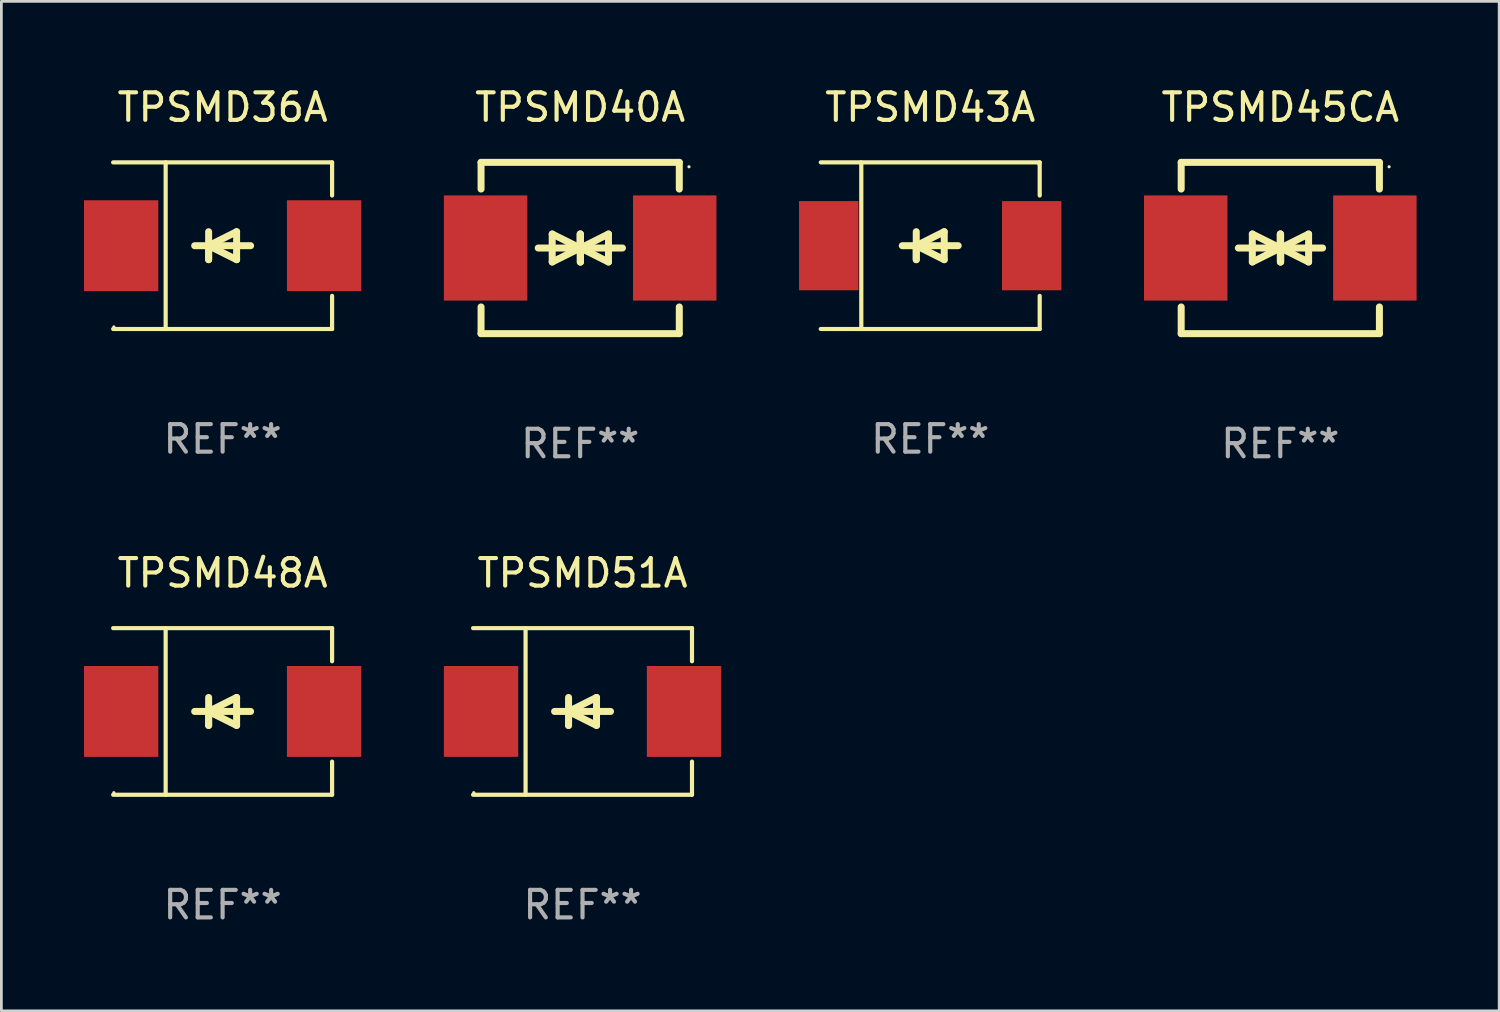
<source format=kicad_pcb>
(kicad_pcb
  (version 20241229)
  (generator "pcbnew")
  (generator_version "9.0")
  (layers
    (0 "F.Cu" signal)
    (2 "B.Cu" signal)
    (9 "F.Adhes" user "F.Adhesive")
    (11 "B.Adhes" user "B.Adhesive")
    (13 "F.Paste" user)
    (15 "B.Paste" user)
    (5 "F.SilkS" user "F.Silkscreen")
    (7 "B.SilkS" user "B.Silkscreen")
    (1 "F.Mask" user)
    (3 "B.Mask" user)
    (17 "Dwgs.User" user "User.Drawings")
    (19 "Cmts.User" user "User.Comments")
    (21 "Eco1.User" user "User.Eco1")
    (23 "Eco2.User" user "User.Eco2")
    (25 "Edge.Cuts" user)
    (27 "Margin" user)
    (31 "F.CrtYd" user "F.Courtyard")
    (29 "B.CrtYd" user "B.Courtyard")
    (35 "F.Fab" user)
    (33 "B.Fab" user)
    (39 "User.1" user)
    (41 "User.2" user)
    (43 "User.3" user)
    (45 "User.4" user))
  (footprint "TPSMD48A"
    (layer "F.Cu")
    (at 5.036 22.791)
    (property "Reference" "TPSMD48A" (at 0 -5.026 0) (layer "F.SilkS") (effects (font (size 1 1) (thickness 0.15))))
    (attr through_hole)
    (fp_line (start -3.976 -3.026) (end 3.976 -3.026) (stroke (width 0.152) (type solid)) (layer "F.SilkS"))
    (fp_line (start -3.976 3.026) (end 3.976 3.026) (stroke (width 0.152) (type solid)) (layer "F.SilkS"))
    (fp_line (start -2.069 -3.026) (end -2.069 3.026) (stroke (width 0.152) (type solid)) (layer "F.SilkS"))
    (fp_line (start -0.508 0) (end -0.508 0.508) (stroke (width 0.254) (type solid)) (layer "F.SilkS"))
    (fp_line (start -0.508 0) (end 0.508 0.508) (stroke (width 0.254) (type solid)) (layer "F.SilkS"))
    (fp_line (start -0.508 0.508) (end -0.508 -0.508) (stroke (width 0.254) (type solid)) (layer "F.SilkS"))
    (fp_line (start 0.508 -0.508) (end -0.508 0) (stroke (width 0.254) (type solid)) (layer "F.SilkS"))
    (fp_line (start 0.508 0.508) (end 0.508 -0.508) (stroke (width 0.254) (type solid)) (layer "F.SilkS"))
    (fp_line (start 1.016 0) (end -1.016 0) (stroke (width 0.254) (type solid)) (layer "F.SilkS"))
    (fp_line (start 3.976 -3.026) (end 3.976 -1.823) (stroke (width 0.152) (type solid)) (layer "F.SilkS"))
    (fp_line (start 3.976 3.026) (end 3.976 1.823) (stroke (width 0.152) (type solid)) (layer "F.SilkS"))
    (fp_circle (center -3.95 2.95) (end -3.92 2.95) (stroke (width 0.06) (type solid)) (fill no) (layer "F.SilkS"))
    (fp_text user "REF**" (at 0 7.026 0) (layer "F.Fab") (effects (font (size 1 1) (thickness 0.15))))
    (pad "1" smd rect (at -3.686 0) (size 2.7 3.3) (layers "F.Cu" "F.Mask" "F.Paste"))
    (pad "2" smd rect (at 3.686 0) (size 2.7 3.3) (layers "F.Cu" "F.Mask" "F.Paste")))
  (footprint "TPSMD43A"
    (layer "F.Cu")
    (at 30.738 5.874)
    (property "Reference" "TPSMD43A" (at 0 -5.026 0) (layer "F.SilkS") (effects (font (size 1 1) (thickness 0.15))))
    (attr through_hole)
    (fp_line (start -3.976 -3.026) (end 3.976 -3.026) (stroke (width 0.152) (type solid)) (layer "F.SilkS"))
    (fp_line (start -3.976 3.026) (end 3.976 3.026) (stroke (width 0.152) (type solid)) (layer "F.SilkS"))
    (fp_line (start -2.504 -3.026) (end -2.504 3.026) (stroke (width 0.152) (type solid)) (layer "F.SilkS"))
    (fp_line (start -0.508 0) (end -0.508 0.508) (stroke (width 0.254) (type solid)) (layer "F.SilkS"))
    (fp_line (start -0.508 0) (end 0.508 0.508) (stroke (width 0.254) (type solid)) (layer "F.SilkS"))
    (fp_line (start -0.508 0.508) (end -0.508 -0.508) (stroke (width 0.254) (type solid)) (layer "F.SilkS"))
    (fp_line (start 0.508 -0.508) (end -0.508 0) (stroke (width 0.254) (type solid)) (layer "F.SilkS"))
    (fp_line (start 0.508 0.508) (end 0.508 -0.508) (stroke (width 0.254) (type solid)) (layer "F.SilkS"))
    (fp_line (start 1.016 0) (end -1.016 0) (stroke (width 0.254) (type solid)) (layer "F.SilkS"))
    (fp_line (start 3.976 -3.026) (end 3.976 -1.823) (stroke (width 0.152) (type solid)) (layer "F.SilkS"))
    (fp_line (start 3.976 3.026) (end 3.976 1.823) (stroke (width 0.152) (type solid)) (layer "F.SilkS"))
    (fp_circle (center 3.95 -2.95) (end 3.98 -2.95) (stroke (width 0.06) (type solid)) (fill no) (layer "F.SilkS"))
    (fp_text user "REF**" (at 0 7.026 0) (layer "F.Fab") (effects (font (size 1 1) (thickness 0.15))))
    (pad "1" smd rect (at 3.686 0 180) (size 2.158 3.24) (layers "F.Cu" "F.Mask" "F.Paste"))
    (pad "2" smd rect (at -3.686 0 180) (size 2.158 3.24) (layers "F.Cu" "F.Mask" "F.Paste")))
  (footprint "TPSMD45CA"
    (layer "F.Cu")
    (at 43.453 5.958)
    (property "Reference" "TPSMD45CA" (at 0 -5.11 0) (layer "F.SilkS") (effects (font (size 1 1) (thickness 0.15))))
    (attr through_hole)
    (fp_line (start -3.6 -2.141) (end -3.6 -3.11) (stroke (width 0.254) (type solid)) (layer "F.SilkS"))
    (fp_line (start -3.6 3.11) (end -3.6 2.141) (stroke (width 0.254) (type solid)) (layer "F.SilkS"))
    (fp_line (start -1.524 0) (end 0.508 0) (stroke (width 0.254) (type solid)) (layer "F.SilkS"))
    (fp_line (start -1.016 -0.508) (end -1.016 0.508) (stroke (width 0.254) (type solid)) (layer "F.SilkS"))
    (fp_line (start -1.016 0.508) (end 0 0) (stroke (width 0.254) (type solid)) (layer "F.SilkS"))
    (fp_line (start 0 -0.508) (end 0 0.508) (stroke (width 0.254) (type solid)) (layer "F.SilkS"))
    (fp_line (start 0 0) (end -1.016 -0.508) (stroke (width 0.254) (type solid)) (layer "F.SilkS"))
    (fp_line (start 0 0) (end 0 -0.508) (stroke (width 0.254) (type solid)) (layer "F.SilkS"))
    (fp_line (start 0.012 0) (end 0.012 0.508) (stroke (width 0.254) (type solid)) (layer "F.SilkS"))
    (fp_line (start 0.012 0) (end 1.028 0.508) (stroke (width 0.254) (type solid)) (layer "F.SilkS"))
    (fp_line (start 0.012 0.508) (end 0.012 -0.508) (stroke (width 0.254) (type solid)) (layer "F.SilkS"))
    (fp_line (start 1.028 -0.508) (end 0.012 0) (stroke (width 0.254) (type solid)) (layer "F.SilkS"))
    (fp_line (start 1.028 0.508) (end 1.028 -0.508) (stroke (width 0.254) (type solid)) (layer "F.SilkS"))
    (fp_line (start 1.536 0) (end -0.496 0) (stroke (width 0.254) (type solid)) (layer "F.SilkS"))
    (fp_line (start 3.6 -3.11) (end -3.6 -3.11) (stroke (width 0.254) (type solid)) (layer "F.SilkS"))
    (fp_line (start 3.6 -2.141) (end 3.6 -3.11) (stroke (width 0.254) (type solid)) (layer "F.SilkS"))
    (fp_line (start 3.6 3.11) (end -3.6 3.11) (stroke (width 0.254) (type solid)) (layer "F.SilkS"))
    (fp_line (start 3.6 3.11) (end 3.6 2.141) (stroke (width 0.254) (type solid)) (layer "F.SilkS"))
    (fp_circle (center 3.952 -2.95) (end 3.982 -2.95) (stroke (width 0.06) (type solid)) (fill no) (layer "F.SilkS"))
    (fp_text user "REF**" (at 0 7.11 0) (layer "F.Fab") (effects (font (size 1 1) (thickness 0.15))))
    (pad "1" smd rect (at 3.435 0) (size 3.03 3.82) (layers "F.Cu" "F.Mask" "F.Paste"))
    (pad "2" smd rect (at -3.435 0) (size 3.03 3.82) (layers "F.Cu" "F.Mask" "F.Paste")))
  (footprint "TPSMD51A"
    (layer "F.Cu")
    (at 18.109 22.791)
    (property "Reference" "TPSMD51A" (at 0 -5.026 0) (layer "F.SilkS") (effects (font (size 1 1) (thickness 0.15))))
    (attr through_hole)
    (fp_line (start -3.976 -3.026) (end 3.976 -3.026) (stroke (width 0.152) (type solid)) (layer "F.SilkS"))
    (fp_line (start -3.976 3.026) (end 3.976 3.026) (stroke (width 0.152) (type solid)) (layer "F.SilkS"))
    (fp_line (start -2.069 -3.026) (end -2.069 3.026) (stroke (width 0.152) (type solid)) (layer "F.SilkS"))
    (fp_line (start -0.508 0) (end -0.508 0.508) (stroke (width 0.254) (type solid)) (layer "F.SilkS"))
    (fp_line (start -0.508 0) (end 0.508 0.508) (stroke (width 0.254) (type solid)) (layer "F.SilkS"))
    (fp_line (start -0.508 0.508) (end -0.508 -0.508) (stroke (width 0.254) (type solid)) (layer "F.SilkS"))
    (fp_line (start 0.508 -0.508) (end -0.508 0) (stroke (width 0.254) (type solid)) (layer "F.SilkS"))
    (fp_line (start 0.508 0.508) (end 0.508 -0.508) (stroke (width 0.254) (type solid)) (layer "F.SilkS"))
    (fp_line (start 1.016 0) (end -1.016 0) (stroke (width 0.254) (type solid)) (layer "F.SilkS"))
    (fp_line (start 3.976 -3.026) (end 3.976 -1.823) (stroke (width 0.152) (type solid)) (layer "F.SilkS"))
    (fp_line (start 3.976 3.026) (end 3.976 1.823) (stroke (width 0.152) (type solid)) (layer "F.SilkS"))
    (fp_circle (center -3.95 2.95) (end -3.92 2.95) (stroke (width 0.06) (type solid)) (fill no) (layer "F.SilkS"))
    (fp_text user "REF**" (at 0 7.026 0) (layer "F.Fab") (effects (font (size 1 1) (thickness 0.15))))
    (pad "1" smd rect (at -3.686 0) (size 2.7 3.3) (layers "F.Cu" "F.Mask" "F.Paste"))
    (pad "2" smd rect (at 3.686 0) (size 2.7 3.3) (layers "F.Cu" "F.Mask" "F.Paste")))
  (footprint "TPSMD40A"
    (layer "F.Cu")
    (at 18.023 5.958)
    (property "Reference" "TPSMD40A" (at 0 -5.11 0) (layer "F.SilkS") (effects (font (size 1 1) (thickness 0.15))))
    (attr through_hole)
    (fp_line (start -3.6 -2.141) (end -3.6 -3.11) (stroke (width 0.254) (type solid)) (layer "F.SilkS"))
    (fp_line (start -3.6 3.11) (end -3.6 2.141) (stroke (width 0.254) (type solid)) (layer "F.SilkS"))
    (fp_line (start -1.524 0) (end 0.508 0) (stroke (width 0.254) (type solid)) (layer "F.SilkS"))
    (fp_line (start -1.016 -0.508) (end -1.016 0.508) (stroke (width 0.254) (type solid)) (layer "F.SilkS"))
    (fp_line (start -1.016 0.508) (end 0 0) (stroke (width 0.254) (type solid)) (layer "F.SilkS"))
    (fp_line (start 0 -0.508) (end 0 0.508) (stroke (width 0.254) (type solid)) (layer "F.SilkS"))
    (fp_line (start 0 0) (end -1.016 -0.508) (stroke (width 0.254) (type solid)) (layer "F.SilkS"))
    (fp_line (start 0 0) (end 0 -0.508) (stroke (width 0.254) (type solid)) (layer "F.SilkS"))
    (fp_line (start 0.012 0) (end 0.012 0.508) (stroke (width 0.254) (type solid)) (layer "F.SilkS"))
    (fp_line (start 0.012 0) (end 1.028 0.508) (stroke (width 0.254) (type solid)) (layer "F.SilkS"))
    (fp_line (start 0.012 0.508) (end 0.012 -0.508) (stroke (width 0.254) (type solid)) (layer "F.SilkS"))
    (fp_line (start 1.028 -0.508) (end 0.012 0) (stroke (width 0.254) (type solid)) (layer "F.SilkS"))
    (fp_line (start 1.028 0.508) (end 1.028 -0.508) (stroke (width 0.254) (type solid)) (layer "F.SilkS"))
    (fp_line (start 1.536 0) (end -0.496 0) (stroke (width 0.254) (type solid)) (layer "F.SilkS"))
    (fp_line (start 3.6 -3.11) (end -3.6 -3.11) (stroke (width 0.254) (type solid)) (layer "F.SilkS"))
    (fp_line (start 3.6 -2.141) (end 3.6 -3.11) (stroke (width 0.254) (type solid)) (layer "F.SilkS"))
    (fp_line (start 3.6 3.11) (end -3.6 3.11) (stroke (width 0.254) (type solid)) (layer "F.SilkS"))
    (fp_line (start 3.6 3.11) (end 3.6 2.141) (stroke (width 0.254) (type solid)) (layer "F.SilkS"))
    (fp_circle (center 3.952 -2.95) (end 3.982 -2.95) (stroke (width 0.06) (type solid)) (fill no) (layer "F.SilkS"))
    (fp_text user "REF**" (at 0 7.11 0) (layer "F.Fab") (effects (font (size 1 1) (thickness 0.15))))
    (pad "1" smd rect (at 3.435 0) (size 3.03 3.82) (layers "F.Cu" "F.Mask" "F.Paste"))
    (pad "2" smd rect (at -3.435 0) (size 3.03 3.82) (layers "F.Cu" "F.Mask" "F.Paste")))
  (footprint "TPSMD36A"
    (layer "F.Cu")
    (at 5.036 5.874)
    (property "Reference" "TPSMD36A" (at 0 -5.026 0) (layer "F.SilkS") (effects (font (size 1 1) (thickness 0.15))))
    (attr through_hole)
    (fp_line (start -3.976 -3.026) (end 3.976 -3.026) (stroke (width 0.152) (type solid)) (layer "F.SilkS"))
    (fp_line (start -3.976 3.026) (end 3.976 3.026) (stroke (width 0.152) (type solid)) (layer "F.SilkS"))
    (fp_line (start -2.069 -3.026) (end -2.069 3.026) (stroke (width 0.152) (type solid)) (layer "F.SilkS"))
    (fp_line (start -0.508 0) (end -0.508 0.508) (stroke (width 0.254) (type solid)) (layer "F.SilkS"))
    (fp_line (start -0.508 0) (end 0.508 0.508) (stroke (width 0.254) (type solid)) (layer "F.SilkS"))
    (fp_line (start -0.508 0.508) (end -0.508 -0.508) (stroke (width 0.254) (type solid)) (layer "F.SilkS"))
    (fp_line (start 0.508 -0.508) (end -0.508 0) (stroke (width 0.254) (type solid)) (layer "F.SilkS"))
    (fp_line (start 0.508 0.508) (end 0.508 -0.508) (stroke (width 0.254) (type solid)) (layer "F.SilkS"))
    (fp_line (start 1.016 0) (end -1.016 0) (stroke (width 0.254) (type solid)) (layer "F.SilkS"))
    (fp_line (start 3.976 -3.026) (end 3.976 -1.823) (stroke (width 0.152) (type solid)) (layer "F.SilkS"))
    (fp_line (start 3.976 3.026) (end 3.976 1.823) (stroke (width 0.152) (type solid)) (layer "F.SilkS"))
    (fp_circle (center -3.95 2.95) (end -3.92 2.95) (stroke (width 0.06) (type solid)) (fill no) (layer "F.SilkS"))
    (fp_text user "REF**" (at 0 7.026 0) (layer "F.Fab") (effects (font (size 1 1) (thickness 0.15))))
    (pad "1" smd rect (at -3.686 0) (size 2.7 3.3) (layers "F.Cu" "F.Mask" "F.Paste"))
    (pad "2" smd rect (at 3.686 0) (size 2.7 3.3) (layers "F.Cu" "F.Mask" "F.Paste")))
  (gr_rect
    (start -3 -3)
    (end 51.403 33.665)
    (stroke (width 0.1) (type default))
    (fill no)
    (layer "Edge.Cuts")))
</source>
